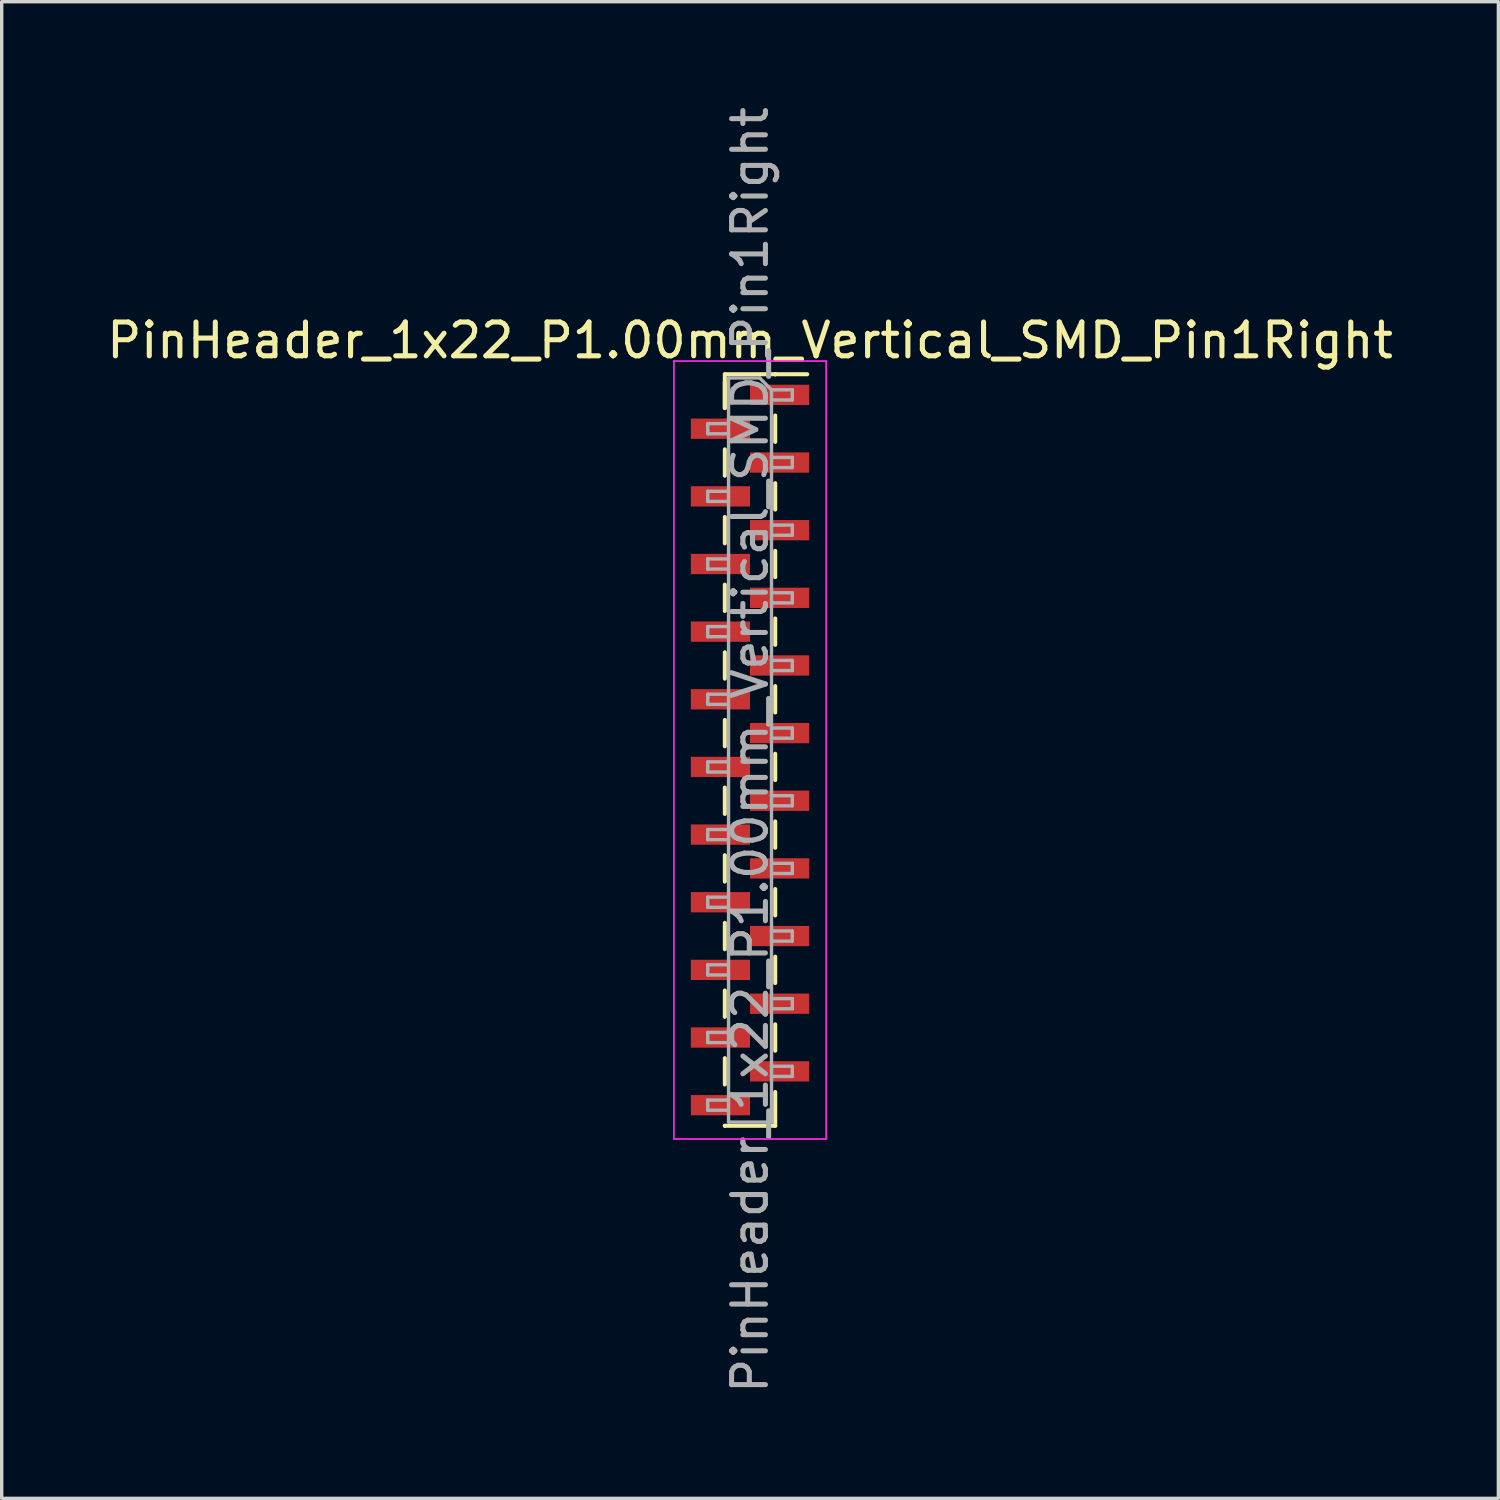
<source format=kicad_pcb>
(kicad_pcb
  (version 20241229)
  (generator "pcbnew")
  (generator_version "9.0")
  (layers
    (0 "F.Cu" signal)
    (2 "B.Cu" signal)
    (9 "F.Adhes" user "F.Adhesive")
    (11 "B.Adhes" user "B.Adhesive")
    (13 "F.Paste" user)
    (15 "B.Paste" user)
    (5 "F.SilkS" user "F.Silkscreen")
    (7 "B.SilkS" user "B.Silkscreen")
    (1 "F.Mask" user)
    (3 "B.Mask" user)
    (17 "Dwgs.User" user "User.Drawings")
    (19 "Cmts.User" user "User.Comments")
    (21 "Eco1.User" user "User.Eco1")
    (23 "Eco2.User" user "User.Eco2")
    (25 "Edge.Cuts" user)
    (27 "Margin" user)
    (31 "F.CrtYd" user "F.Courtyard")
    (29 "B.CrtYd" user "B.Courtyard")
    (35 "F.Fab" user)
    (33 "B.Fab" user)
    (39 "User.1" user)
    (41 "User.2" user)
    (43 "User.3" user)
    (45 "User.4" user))
  (footprint "PinHeader_1x22_P1.00mm_Vertical_SMD_Pin1Right"
    (layer "F.Cu")
    (at 19.125 19.125)
    (property "Reference" "PinHeader_1x22_P1.00mm_Vertical_SMD_Pin1Right" (at 0 -12.11 0) (layer "F.SilkS") (effects (font (size 1 1) (thickness 0.15))))
    (attr smd)
    (fp_line (start -0.745 -11.11) (end -0.745 -10.11) (stroke (width 0.12) (type solid)) (layer "F.SilkS"))
    (fp_line (start -0.745 -11.11) (end 0.745 -11.11) (stroke (width 0.12) (type solid)) (layer "F.SilkS"))
    (fp_line (start -0.745 -10.89) (end -0.745 -10.11) (stroke (width 0.12) (type solid)) (layer "F.SilkS"))
    (fp_line (start -0.745 -8.89) (end -0.745 -8.11) (stroke (width 0.12) (type solid)) (layer "F.SilkS"))
    (fp_line (start -0.745 -6.89) (end -0.745 -6.11) (stroke (width 0.12) (type solid)) (layer "F.SilkS"))
    (fp_line (start -0.745 -4.89) (end -0.745 -4.11) (stroke (width 0.12) (type solid)) (layer "F.SilkS"))
    (fp_line (start -0.745 -2.89) (end -0.745 -2.11) (stroke (width 0.12) (type solid)) (layer "F.SilkS"))
    (fp_line (start -0.745 -0.89) (end -0.745 -0.11) (stroke (width 0.12) (type solid)) (layer "F.SilkS"))
    (fp_line (start -0.745 1.11) (end -0.745 1.89) (stroke (width 0.12) (type solid)) (layer "F.SilkS"))
    (fp_line (start -0.745 3.11) (end -0.745 3.89) (stroke (width 0.12) (type solid)) (layer "F.SilkS"))
    (fp_line (start -0.745 5.11) (end -0.745 5.89) (stroke (width 0.12) (type solid)) (layer "F.SilkS"))
    (fp_line (start -0.745 7.11) (end -0.745 7.89) (stroke (width 0.12) (type solid)) (layer "F.SilkS"))
    (fp_line (start -0.745 9.11) (end -0.745 9.89) (stroke (width 0.12) (type solid)) (layer "F.SilkS"))
    (fp_line (start -0.745 11.11) (end -0.745 11.11) (stroke (width 0.12) (type solid)) (layer "F.SilkS"))
    (fp_line (start -0.745 11.11) (end 0.745 11.11) (stroke (width 0.12) (type solid)) (layer "F.SilkS"))
    (fp_line (start 0.745 -11.11) (end 0.745 -11.11) (stroke (width 0.12) (type solid)) (layer "F.SilkS"))
    (fp_line (start 0.745 -11.11) (end 1.69 -11.11) (stroke (width 0.12) (type solid)) (layer "F.SilkS"))
    (fp_line (start 0.745 -9.89) (end 0.745 -9.11) (stroke (width 0.12) (type solid)) (layer "F.SilkS"))
    (fp_line (start 0.745 -7.89) (end 0.745 -7.11) (stroke (width 0.12) (type solid)) (layer "F.SilkS"))
    (fp_line (start 0.745 -5.89) (end 0.745 -5.11) (stroke (width 0.12) (type solid)) (layer "F.SilkS"))
    (fp_line (start 0.745 -3.89) (end 0.745 -3.11) (stroke (width 0.12) (type solid)) (layer "F.SilkS"))
    (fp_line (start 0.745 -1.89) (end 0.745 -1.11) (stroke (width 0.12) (type solid)) (layer "F.SilkS"))
    (fp_line (start 0.745 0.11) (end 0.745 0.89) (stroke (width 0.12) (type solid)) (layer "F.SilkS"))
    (fp_line (start 0.745 2.11) (end 0.745 2.89) (stroke (width 0.12) (type solid)) (layer "F.SilkS"))
    (fp_line (start 0.745 4.11) (end 0.745 4.89) (stroke (width 0.12) (type solid)) (layer "F.SilkS"))
    (fp_line (start 0.745 6.11) (end 0.745 6.89) (stroke (width 0.12) (type solid)) (layer "F.SilkS"))
    (fp_line (start 0.745 8.11) (end 0.745 8.89) (stroke (width 0.12) (type solid)) (layer "F.SilkS"))
    (fp_line (start 0.745 10.11) (end 0.745 11.11) (stroke (width 0.12) (type solid)) (layer "F.SilkS"))
    (fp_line (start -2.25 -11.5) (end -2.25 11.5) (stroke (width 0.05) (type solid)) (layer "F.CrtYd"))
    (fp_line (start -2.25 11.5) (end 2.25 11.5) (stroke (width 0.05) (type solid)) (layer "F.CrtYd"))
    (fp_line (start 2.25 -11.5) (end -2.25 -11.5) (stroke (width 0.05) (type solid)) (layer "F.CrtYd"))
    (fp_line (start 2.25 11.5) (end 2.25 -11.5) (stroke (width 0.05) (type solid)) (layer "F.CrtYd"))
    (fp_line (start -1.25 -9.65) (end -1.25 -9.35) (stroke (width 0.1) (type solid)) (layer "F.Fab"))
    (fp_line (start -1.25 -9.35) (end -0.635 -9.35) (stroke (width 0.1) (type solid)) (layer "F.Fab"))
    (fp_line (start -1.25 -7.65) (end -1.25 -7.35) (stroke (width 0.1) (type solid)) (layer "F.Fab"))
    (fp_line (start -1.25 -7.35) (end -0.635 -7.35) (stroke (width 0.1) (type solid)) (layer "F.Fab"))
    (fp_line (start -1.25 -5.65) (end -1.25 -5.35) (stroke (width 0.1) (type solid)) (layer "F.Fab"))
    (fp_line (start -1.25 -5.35) (end -0.635 -5.35) (stroke (width 0.1) (type solid)) (layer "F.Fab"))
    (fp_line (start -1.25 -3.65) (end -1.25 -3.35) (stroke (width 0.1) (type solid)) (layer "F.Fab"))
    (fp_line (start -1.25 -3.35) (end -0.635 -3.35) (stroke (width 0.1) (type solid)) (layer "F.Fab"))
    (fp_line (start -1.25 -1.65) (end -1.25 -1.35) (stroke (width 0.1) (type solid)) (layer "F.Fab"))
    (fp_line (start -1.25 -1.35) (end -0.635 -1.35) (stroke (width 0.1) (type solid)) (layer "F.Fab"))
    (fp_line (start -1.25 0.35) (end -1.25 0.65) (stroke (width 0.1) (type solid)) (layer "F.Fab"))
    (fp_line (start -1.25 0.65) (end -0.635 0.65) (stroke (width 0.1) (type solid)) (layer "F.Fab"))
    (fp_line (start -1.25 2.35) (end -1.25 2.65) (stroke (width 0.1) (type solid)) (layer "F.Fab"))
    (fp_line (start -1.25 2.65) (end -0.635 2.65) (stroke (width 0.1) (type solid)) (layer "F.Fab"))
    (fp_line (start -1.25 4.35) (end -1.25 4.65) (stroke (width 0.1) (type solid)) (layer "F.Fab"))
    (fp_line (start -1.25 4.65) (end -0.635 4.65) (stroke (width 0.1) (type solid)) (layer "F.Fab"))
    (fp_line (start -1.25 6.35) (end -1.25 6.65) (stroke (width 0.1) (type solid)) (layer "F.Fab"))
    (fp_line (start -1.25 6.65) (end -0.635 6.65) (stroke (width 0.1) (type solid)) (layer "F.Fab"))
    (fp_line (start -1.25 8.35) (end -1.25 8.65) (stroke (width 0.1) (type solid)) (layer "F.Fab"))
    (fp_line (start -1.25 8.65) (end -0.635 8.65) (stroke (width 0.1) (type solid)) (layer "F.Fab"))
    (fp_line (start -1.25 10.35) (end -1.25 10.65) (stroke (width 0.1) (type solid)) (layer "F.Fab"))
    (fp_line (start -1.25 10.65) (end -0.635 10.65) (stroke (width 0.1) (type solid)) (layer "F.Fab"))
    (fp_line (start -0.635 -11) (end -0.635 11) (stroke (width 0.1) (type solid)) (layer "F.Fab"))
    (fp_line (start -0.635 -11) (end 0.285 -11) (stroke (width 0.1) (type solid)) (layer "F.Fab"))
    (fp_line (start -0.635 -9.65) (end -1.25 -9.65) (stroke (width 0.1) (type solid)) (layer "F.Fab"))
    (fp_line (start -0.635 -7.65) (end -1.25 -7.65) (stroke (width 0.1) (type solid)) (layer "F.Fab"))
    (fp_line (start -0.635 -5.65) (end -1.25 -5.65) (stroke (width 0.1) (type solid)) (layer "F.Fab"))
    (fp_line (start -0.635 -3.65) (end -1.25 -3.65) (stroke (width 0.1) (type solid)) (layer "F.Fab"))
    (fp_line (start -0.635 -1.65) (end -1.25 -1.65) (stroke (width 0.1) (type solid)) (layer "F.Fab"))
    (fp_line (start -0.635 0.35) (end -1.25 0.35) (stroke (width 0.1) (type solid)) (layer "F.Fab"))
    (fp_line (start -0.635 2.35) (end -1.25 2.35) (stroke (width 0.1) (type solid)) (layer "F.Fab"))
    (fp_line (start -0.635 4.35) (end -1.25 4.35) (stroke (width 0.1) (type solid)) (layer "F.Fab"))
    (fp_line (start -0.635 6.35) (end -1.25 6.35) (stroke (width 0.1) (type solid)) (layer "F.Fab"))
    (fp_line (start -0.635 8.35) (end -1.25 8.35) (stroke (width 0.1) (type solid)) (layer "F.Fab"))
    (fp_line (start -0.635 10.35) (end -1.25 10.35) (stroke (width 0.1) (type solid)) (layer "F.Fab"))
    (fp_line (start 0.635 -10.65) (end 0.285 -11) (stroke (width 0.1) (type solid)) (layer "F.Fab"))
    (fp_line (start 0.635 -10.65) (end 1.25 -10.65) (stroke (width 0.1) (type solid)) (layer "F.Fab"))
    (fp_line (start 0.635 -8.65) (end 1.25 -8.65) (stroke (width 0.1) (type solid)) (layer "F.Fab"))
    (fp_line (start 0.635 -6.65) (end 1.25 -6.65) (stroke (width 0.1) (type solid)) (layer "F.Fab"))
    (fp_line (start 0.635 -4.65) (end 1.25 -4.65) (stroke (width 0.1) (type solid)) (layer "F.Fab"))
    (fp_line (start 0.635 -2.65) (end 1.25 -2.65) (stroke (width 0.1) (type solid)) (layer "F.Fab"))
    (fp_line (start 0.635 -0.65) (end 1.25 -0.65) (stroke (width 0.1) (type solid)) (layer "F.Fab"))
    (fp_line (start 0.635 1.35) (end 1.25 1.35) (stroke (width 0.1) (type solid)) (layer "F.Fab"))
    (fp_line (start 0.635 3.35) (end 1.25 3.35) (stroke (width 0.1) (type solid)) (layer "F.Fab"))
    (fp_line (start 0.635 5.35) (end 1.25 5.35) (stroke (width 0.1) (type solid)) (layer "F.Fab"))
    (fp_line (start 0.635 7.35) (end 1.25 7.35) (stroke (width 0.1) (type solid)) (layer "F.Fab"))
    (fp_line (start 0.635 9.35) (end 1.25 9.35) (stroke (width 0.1) (type solid)) (layer "F.Fab"))
    (fp_line (start 0.635 11) (end -0.635 11) (stroke (width 0.1) (type solid)) (layer "F.Fab"))
    (fp_line (start 0.635 11) (end 0.635 -10.65) (stroke (width 0.1) (type solid)) (layer "F.Fab"))
    (fp_line (start 1.25 -10.65) (end 1.25 -10.35) (stroke (width 0.1) (type solid)) (layer "F.Fab"))
    (fp_line (start 1.25 -10.35) (end 0.635 -10.35) (stroke (width 0.1) (type solid)) (layer "F.Fab"))
    (fp_line (start 1.25 -8.65) (end 1.25 -8.35) (stroke (width 0.1) (type solid)) (layer "F.Fab"))
    (fp_line (start 1.25 -8.35) (end 0.635 -8.35) (stroke (width 0.1) (type solid)) (layer "F.Fab"))
    (fp_line (start 1.25 -6.65) (end 1.25 -6.35) (stroke (width 0.1) (type solid)) (layer "F.Fab"))
    (fp_line (start 1.25 -6.35) (end 0.635 -6.35) (stroke (width 0.1) (type solid)) (layer "F.Fab"))
    (fp_line (start 1.25 -4.65) (end 1.25 -4.35) (stroke (width 0.1) (type solid)) (layer "F.Fab"))
    (fp_line (start 1.25 -4.35) (end 0.635 -4.35) (stroke (width 0.1) (type solid)) (layer "F.Fab"))
    (fp_line (start 1.25 -2.65) (end 1.25 -2.35) (stroke (width 0.1) (type solid)) (layer "F.Fab"))
    (fp_line (start 1.25 -2.35) (end 0.635 -2.35) (stroke (width 0.1) (type solid)) (layer "F.Fab"))
    (fp_line (start 1.25 -0.65) (end 1.25 -0.35) (stroke (width 0.1) (type solid)) (layer "F.Fab"))
    (fp_line (start 1.25 -0.35) (end 0.635 -0.35) (stroke (width 0.1) (type solid)) (layer "F.Fab"))
    (fp_line (start 1.25 1.35) (end 1.25 1.65) (stroke (width 0.1) (type solid)) (layer "F.Fab"))
    (fp_line (start 1.25 1.65) (end 0.635 1.65) (stroke (width 0.1) (type solid)) (layer "F.Fab"))
    (fp_line (start 1.25 3.35) (end 1.25 3.65) (stroke (width 0.1) (type solid)) (layer "F.Fab"))
    (fp_line (start 1.25 3.65) (end 0.635 3.65) (stroke (width 0.1) (type solid)) (layer "F.Fab"))
    (fp_line (start 1.25 5.35) (end 1.25 5.65) (stroke (width 0.1) (type solid)) (layer "F.Fab"))
    (fp_line (start 1.25 5.65) (end 0.635 5.65) (stroke (width 0.1) (type solid)) (layer "F.Fab"))
    (fp_line (start 1.25 7.35) (end 1.25 7.65) (stroke (width 0.1) (type solid)) (layer "F.Fab"))
    (fp_line (start 1.25 7.65) (end 0.635 7.65) (stroke (width 0.1) (type solid)) (layer "F.Fab"))
    (fp_line (start 1.25 9.35) (end 1.25 9.65) (stroke (width 0.1) (type solid)) (layer "F.Fab"))
    (fp_line (start 1.25 9.65) (end 0.635 9.65) (stroke (width 0.1) (type solid)) (layer "F.Fab"))
    (fp_text user "${REFERENCE}" (at 0 0 90) (layer "F.Fab") (effects (font (size 1 1) (thickness 0.15))))
    (pad "1" smd rect (at 0.875 -10.5) (size 1.75 0.6) (layers "F.Cu" "F.Mask" "F.Paste"))
    (pad "2" smd rect (at -0.875 -9.5) (size 1.75 0.6) (layers "F.Cu" "F.Mask" "F.Paste"))
    (pad "3" smd rect (at 0.875 -8.5) (size 1.75 0.6) (layers "F.Cu" "F.Mask" "F.Paste"))
    (pad "4" smd rect (at -0.875 -7.5) (size 1.75 0.6) (layers "F.Cu" "F.Mask" "F.Paste"))
    (pad "5" smd rect (at 0.875 -6.5) (size 1.75 0.6) (layers "F.Cu" "F.Mask" "F.Paste"))
    (pad "6" smd rect (at -0.875 -5.5) (size 1.75 0.6) (layers "F.Cu" "F.Mask" "F.Paste"))
    (pad "7" smd rect (at 0.875 -4.5) (size 1.75 0.6) (layers "F.Cu" "F.Mask" "F.Paste"))
    (pad "8" smd rect (at -0.875 -3.5) (size 1.75 0.6) (layers "F.Cu" "F.Mask" "F.Paste"))
    (pad "9" smd rect (at 0.875 -2.5) (size 1.75 0.6) (layers "F.Cu" "F.Mask" "F.Paste"))
    (pad "10" smd rect (at -0.875 -1.5) (size 1.75 0.6) (layers "F.Cu" "F.Mask" "F.Paste"))
    (pad "11" smd rect (at 0.875 -0.5) (size 1.75 0.6) (layers "F.Cu" "F.Mask" "F.Paste"))
    (pad "12" smd rect (at -0.875 0.5) (size 1.75 0.6) (layers "F.Cu" "F.Mask" "F.Paste"))
    (pad "13" smd rect (at 0.875 1.5) (size 1.75 0.6) (layers "F.Cu" "F.Mask" "F.Paste"))
    (pad "14" smd rect (at -0.875 2.5) (size 1.75 0.6) (layers "F.Cu" "F.Mask" "F.Paste"))
    (pad "15" smd rect (at 0.875 3.5) (size 1.75 0.6) (layers "F.Cu" "F.Mask" "F.Paste"))
    (pad "16" smd rect (at -0.875 4.5) (size 1.75 0.6) (layers "F.Cu" "F.Mask" "F.Paste"))
    (pad "17" smd rect (at 0.875 5.5) (size 1.75 0.6) (layers "F.Cu" "F.Mask" "F.Paste"))
    (pad "18" smd rect (at -0.875 6.5) (size 1.75 0.6) (layers "F.Cu" "F.Mask" "F.Paste"))
    (pad "19" smd rect (at 0.875 7.5) (size 1.75 0.6) (layers "F.Cu" "F.Mask" "F.Paste"))
    (pad "20" smd rect (at -0.875 8.5) (size 1.75 0.6) (layers "F.Cu" "F.Mask" "F.Paste"))
    (pad "21" smd rect (at 0.875 9.5) (size 1.75 0.6) (layers "F.Cu" "F.Mask" "F.Paste"))
    (pad "22" smd rect (at -0.875 10.5) (size 1.75 0.6) (layers "F.Cu" "F.Mask" "F.Paste")))
  (gr_rect
    (start -3 -3)
    (end 41.25 41.25)
    (stroke (width 0.1) (type default))
    (fill no)
    (layer "Edge.Cuts")))
</source>
